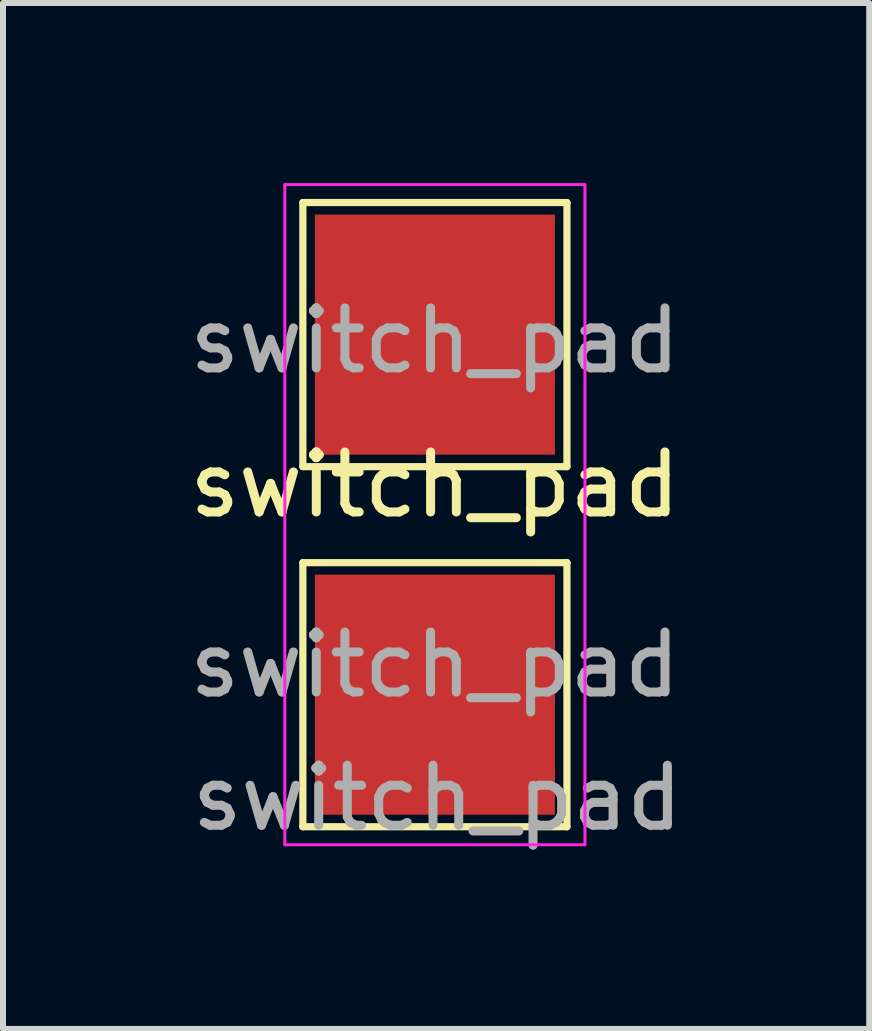
<source format=kicad_pcb>
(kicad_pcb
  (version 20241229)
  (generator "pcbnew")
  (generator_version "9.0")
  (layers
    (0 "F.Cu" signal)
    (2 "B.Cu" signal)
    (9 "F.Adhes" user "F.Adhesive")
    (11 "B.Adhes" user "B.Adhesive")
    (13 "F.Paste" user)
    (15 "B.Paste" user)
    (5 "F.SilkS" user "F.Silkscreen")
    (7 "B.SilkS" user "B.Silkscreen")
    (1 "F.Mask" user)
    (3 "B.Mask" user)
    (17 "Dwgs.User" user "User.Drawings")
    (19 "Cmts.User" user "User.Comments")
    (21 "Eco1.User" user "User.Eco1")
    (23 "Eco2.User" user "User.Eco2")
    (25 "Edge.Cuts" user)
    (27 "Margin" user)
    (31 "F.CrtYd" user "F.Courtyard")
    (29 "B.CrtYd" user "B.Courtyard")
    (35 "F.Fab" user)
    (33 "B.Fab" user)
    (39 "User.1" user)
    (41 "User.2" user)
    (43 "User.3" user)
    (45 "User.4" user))
  (footprint "switch_pad"
    (layer "F.Cu")
    (at 4.196 5.525)
    (property "Reference" "switch_pad" (at 0 -0.5 0) (unlocked yes) (layer "F.SilkS") (effects (font (size 1 1) (thickness 0.15))))
    (attr smd)
    (fp_line (start -2.2 -5.2) (end -2.2 -0.8) (stroke (width 0.12) (type solid)) (layer "F.SilkS"))
    (fp_line (start -2.2 -5.2) (end 2.2 -5.2) (stroke (width 0.12) (type solid)) (layer "F.SilkS"))
    (fp_line (start -2.2 0.8) (end 2.2 0.8) (stroke (width 0.12) (type solid)) (layer "F.SilkS"))
    (fp_line (start -2.2 5.2) (end -2.2 0.8) (stroke (width 0.12) (type solid)) (layer "F.SilkS"))
    (fp_line (start 2.2 -0.8) (end -2.2 -0.8) (stroke (width 0.12) (type solid)) (layer "F.SilkS"))
    (fp_line (start 2.2 -0.8) (end 2.2 -5.2) (stroke (width 0.12) (type solid)) (layer "F.SilkS"))
    (fp_line (start 2.2 0.8) (end 2.2 5.2) (stroke (width 0.12) (type solid)) (layer "F.SilkS"))
    (fp_line (start 2.2 5.2) (end -2.2 5.2) (stroke (width 0.12) (type solid)) (layer "F.SilkS"))
    (fp_line (start -2.5 -5.5) (end -2.5 5.5) (stroke (width 0.05) (type solid)) (layer "F.CrtYd"))
    (fp_line (start -2.5 -5.5) (end 2.5 -5.5) (stroke (width 0.05) (type solid)) (layer "F.CrtYd"))
    (fp_line (start 2.5 5.5) (end -2.5 5.5) (stroke (width 0.05) (type solid)) (layer "F.CrtYd"))
    (fp_line (start 2.5 5.5) (end 2.5 -5.5) (stroke (width 0.05) (type solid)) (layer "F.CrtYd"))
    (fp_text user "${REFERENCE}" (at 0 -2.9 0) (layer "F.Fab") (effects (font (size 1 1) (thickness 0.15))))
    (fp_text user "${REFERENCE}" (at 0 2.5 0) (unlocked yes) (layer "F.Fab") (effects (font (size 1 1) (thickness 0.15))))
    (fp_text user "${REFERENCE}" (at 0.04 4.72 0) (layer "F.Fab") (effects (font (size 1 1) (thickness 0.15))))
    (pad "1" smd rect (at 0 -3) (size 4 4) (layers "F.Cu" "F.Mask"))
    (pad "2" smd rect (at 0 3) (size 4 4) (layers "F.Cu" "F.Mask")))
  (gr_rect
    (start -3 -3)
    (end 11.433 14.093)
    (stroke (width 0.1) (type default))
    (fill no)
    (layer "Edge.Cuts")))
</source>
